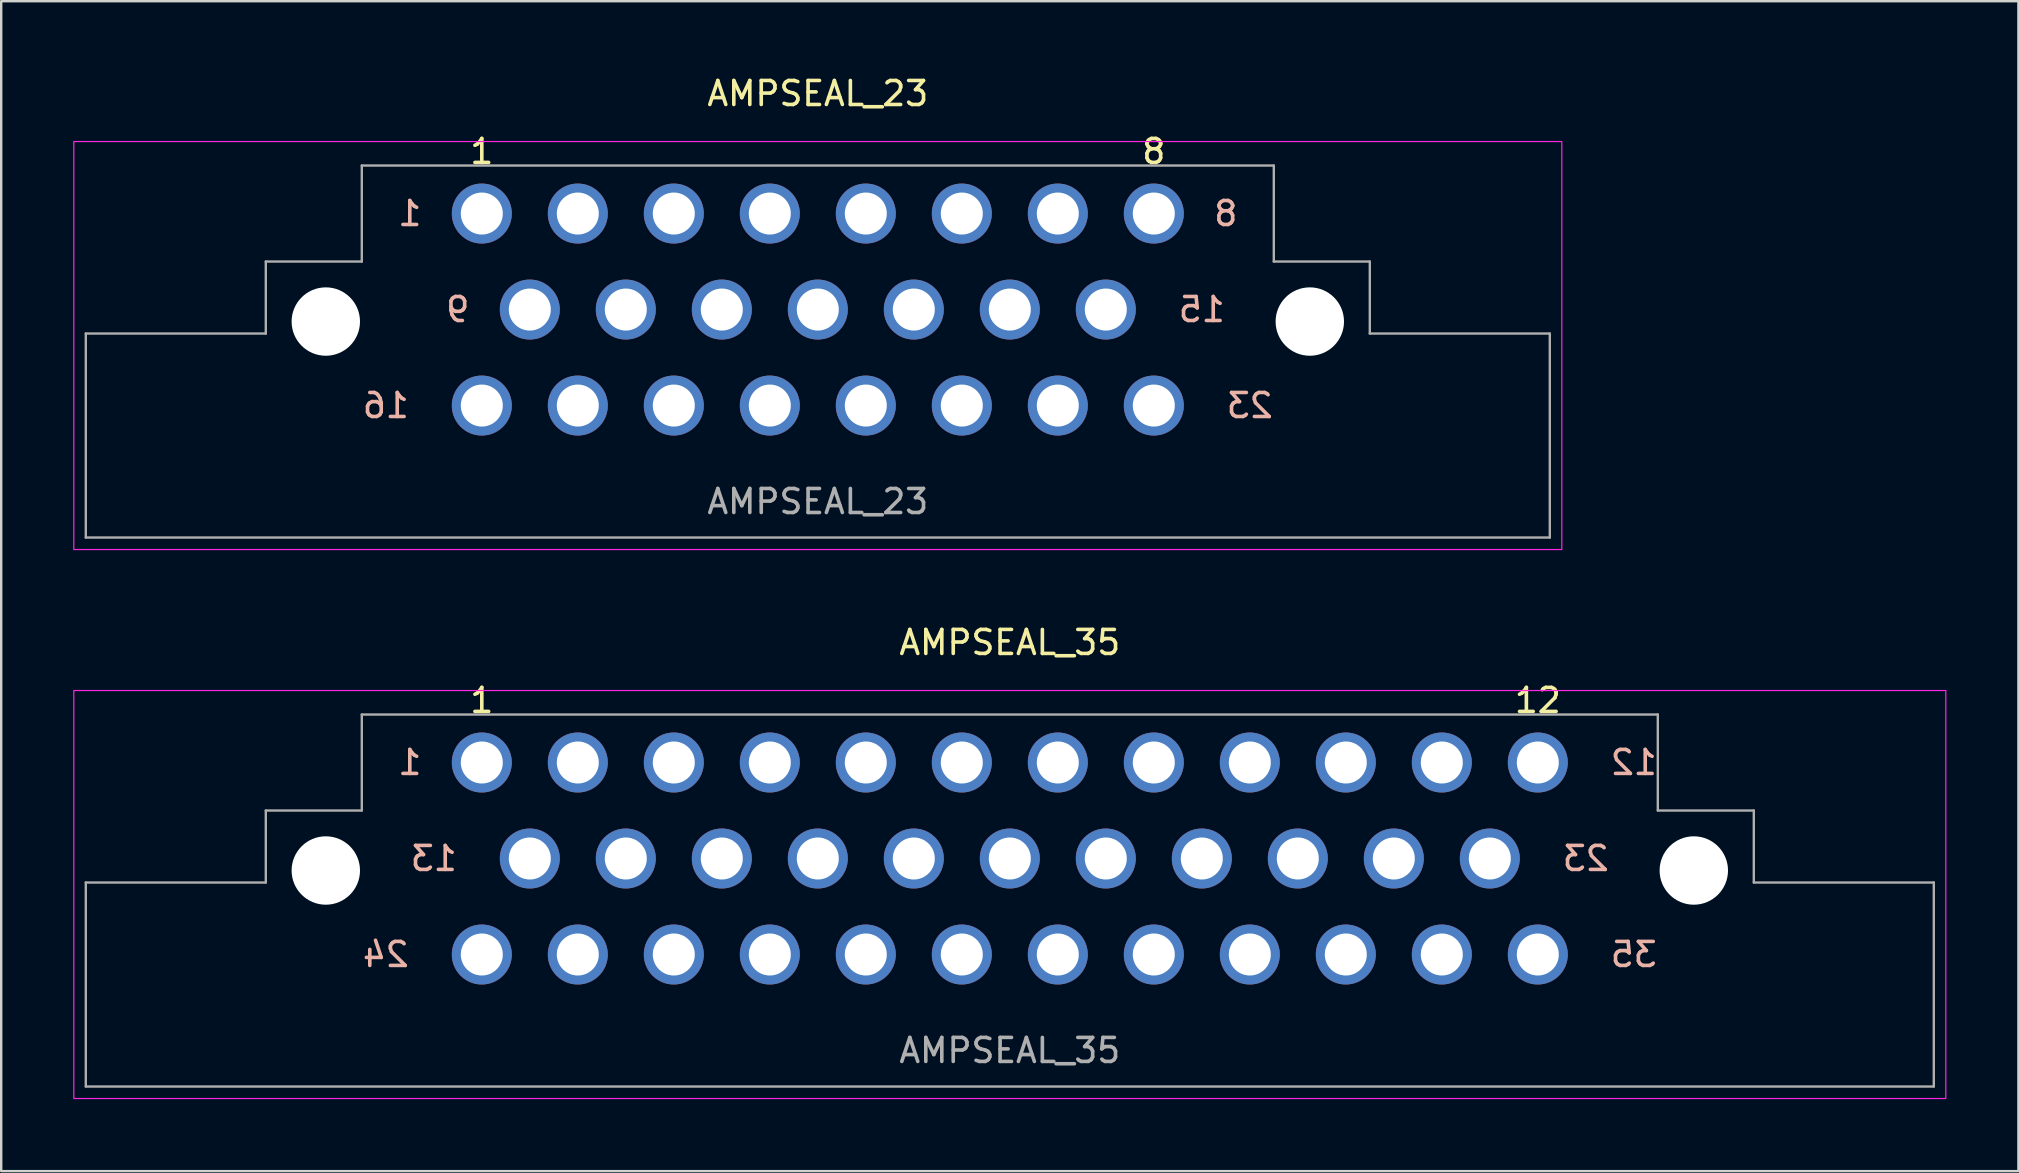
<source format=kicad_pcb>
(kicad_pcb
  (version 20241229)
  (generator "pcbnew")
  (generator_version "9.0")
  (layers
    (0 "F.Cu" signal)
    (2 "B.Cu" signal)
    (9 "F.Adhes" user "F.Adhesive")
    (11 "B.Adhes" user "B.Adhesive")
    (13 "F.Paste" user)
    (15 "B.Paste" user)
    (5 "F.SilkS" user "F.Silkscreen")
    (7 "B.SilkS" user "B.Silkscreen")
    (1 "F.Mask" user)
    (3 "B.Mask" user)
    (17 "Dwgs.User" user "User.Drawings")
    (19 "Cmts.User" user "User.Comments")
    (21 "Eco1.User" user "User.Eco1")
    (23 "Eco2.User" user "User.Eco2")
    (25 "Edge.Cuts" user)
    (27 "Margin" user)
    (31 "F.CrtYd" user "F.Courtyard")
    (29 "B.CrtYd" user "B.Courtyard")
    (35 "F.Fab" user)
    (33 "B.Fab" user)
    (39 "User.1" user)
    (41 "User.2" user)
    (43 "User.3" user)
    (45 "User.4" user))
  (footprint "AMPSEAL_23"
    (layer "F.Cu")
    (at 31.025 9.848)
    (property "Reference" "AMPSEAL_23" (at 0 -9 0) (unlocked yes) (layer "F.SilkS") (effects (font (size 1 1) (thickness 0.15))))
    (attr through_hole)
    (fp_rect (start -31 10) (end 31 -7) (stroke (width 0.05) (type default)) (fill no) (layer "F.CrtYd"))
    (fp_line (start -30.5 9.5) (end -30.5 1) (stroke (width 0.1) (type default)) (layer "F.Fab"))
    (fp_line (start -23 -2) (end -19 -2) (stroke (width 0.1) (type default)) (layer "F.Fab"))
    (fp_line (start -23 1) (end -30.5 1) (stroke (width 0.1) (type default)) (layer "F.Fab"))
    (fp_line (start -23 1) (end -23 -2) (stroke (width 0.1) (type default)) (layer "F.Fab"))
    (fp_line (start -19 -2) (end -19 -6) (stroke (width 0.1) (type default)) (layer "F.Fab"))
    (fp_line (start 19 -6) (end -19 -6) (stroke (width 0.1) (type default)) (layer "F.Fab"))
    (fp_line (start 19 -6) (end 19 -2) (stroke (width 0.1) (type default)) (layer "F.Fab"))
    (fp_line (start 19 -2) (end 23 -2) (stroke (width 0.1) (type default)) (layer "F.Fab"))
    (fp_line (start 23 -2) (end 23 1) (stroke (width 0.1) (type default)) (layer "F.Fab"))
    (fp_line (start 23 1) (end 30.5 1) (stroke (width 0.1) (type default)) (layer "F.Fab"))
    (fp_line (start 30.5 1) (end 30.5 9.5) (stroke (width 0.1) (type default)) (layer "F.Fab"))
    (fp_line (start 30.5 9.5) (end -30.5 9.5) (stroke (width 0.1) (type default)) (layer "F.Fab"))
    (fp_text user "8" (at 14 -6 0) (unlocked yes) (layer "F.SilkS") (effects (font (size 1 1) (thickness 0.15)) (justify bottom)))
    (fp_text user "1" (at -14 -6 0) (unlocked yes) (layer "F.SilkS") (effects (font (size 1 1) (thickness 0.15)) (justify bottom)))
    (fp_text user "8" (at 17 -4 0) (unlocked yes) (layer "B.SilkS") (effects (font (size 1 1) (thickness 0.15)) (justify mirror)))
    (fp_text user "23" (at 18 4 0) (unlocked yes) (layer "B.SilkS") (effects (font (size 1 1) (thickness 0.15)) (justify mirror)))
    (fp_text user "15" (at 16 0 0) (unlocked yes) (layer "B.SilkS") (effects (font (size 1 1) (thickness 0.15)) (justify mirror)))
    (fp_text user "16" (at -18 4 0) (unlocked yes) (layer "B.SilkS") (effects (font (size 1 1) (thickness 0.15)) (justify mirror)))
    (fp_text user "1" (at -17 -4 0) (unlocked yes) (layer "B.SilkS") (effects (font (size 1 1) (thickness 0.15)) (justify mirror)))
    (fp_text user "9" (at -15 0 0) (unlocked yes) (layer "B.SilkS") (effects (font (size 1 1) (thickness 0.15)) (justify mirror)))
    (fp_text user "${REFERENCE}" (at 0 8 0) (unlocked yes) (layer "F.Fab") (effects (font (size 1 1) (thickness 0.15))))
    (pad "" np_thru_hole circle (at -20.5 0.5) (size 2.85 2.85) (drill 2.85) (layers "*.Cu" "*.Mask"))
    (pad "" np_thru_hole circle (at 20.5 0.5) (size 2.85 2.85) (drill 2.85) (layers "*.Cu" "*.Mask"))
    (pad "1" thru_hole circle (at -14 -4) (size 2.5 2.5) (drill 1.75) (layers "*.Cu" "*.Mask"))
    (pad "2" thru_hole circle (at -10 -4) (size 2.5 2.5) (drill 1.75) (layers "*.Cu" "*.Mask"))
    (pad "3" thru_hole circle (at -6 -4) (size 2.5 2.5) (drill 1.75) (layers "*.Cu" "*.Mask"))
    (pad "4" thru_hole circle (at -2 -4) (size 2.5 2.5) (drill 1.75) (layers "*.Cu" "*.Mask"))
    (pad "5" thru_hole circle (at 2 -4) (size 2.5 2.5) (drill 1.75) (layers "*.Cu" "*.Mask"))
    (pad "6" thru_hole circle (at 6 -4) (size 2.5 2.5) (drill 1.75) (layers "*.Cu" "*.Mask"))
    (pad "7" thru_hole circle (at 10 -4) (size 2.5 2.5) (drill 1.75) (layers "*.Cu" "*.Mask"))
    (pad "8" thru_hole circle (at 14 -4) (size 2.5 2.5) (drill 1.75) (layers "*.Cu" "*.Mask"))
    (pad "9" thru_hole circle (at -12 0) (size 2.5 2.5) (drill 1.75) (layers "*.Cu" "*.Mask"))
    (pad "10" thru_hole circle (at -8 0) (size 2.5 2.5) (drill 1.75) (layers "*.Cu" "*.Mask"))
    (pad "11" thru_hole circle (at -4 0) (size 2.5 2.5) (drill 1.75) (layers "*.Cu" "*.Mask"))
    (pad "12" thru_hole circle (at 0 0) (size 2.5 2.5) (drill 1.75) (layers "*.Cu" "*.Mask"))
    (pad "13" thru_hole circle (at 4 0) (size 2.5 2.5) (drill 1.75) (layers "*.Cu" "*.Mask"))
    (pad "14" thru_hole circle (at 8 0) (size 2.5 2.5) (drill 1.75) (layers "*.Cu" "*.Mask"))
    (pad "15" thru_hole circle (at 12 0) (size 2.5 2.5) (drill 1.75) (layers "*.Cu" "*.Mask"))
    (pad "16" thru_hole circle (at -14 4) (size 2.5 2.5) (drill 1.75) (layers "*.Cu" "*.Mask"))
    (pad "17" thru_hole circle (at -10 4) (size 2.5 2.5) (drill 1.75) (layers "*.Cu" "*.Mask"))
    (pad "18" thru_hole circle (at -6 4) (size 2.5 2.5) (drill 1.75) (layers "*.Cu" "*.Mask"))
    (pad "19" thru_hole circle (at -2 4) (size 2.5 2.5) (drill 1.75) (layers "*.Cu" "*.Mask"))
    (pad "20" thru_hole circle (at 2 4) (size 2.5 2.5) (drill 1.75) (layers "*.Cu" "*.Mask"))
    (pad "21" thru_hole circle (at 6 4) (size 2.5 2.5) (drill 1.75) (layers "*.Cu" "*.Mask"))
    (pad "22" thru_hole circle (at 10 4) (size 2.5 2.5) (drill 1.75) (layers "*.Cu" "*.Mask"))
    (pad "23" thru_hole circle (at 14 4) (size 2.5 2.5) (drill 1.75) (layers "*.Cu" "*.Mask")))
  (footprint "AMPSEAL_35"
    (layer "F.Cu")
    (at 39.025 32.721)
    (property "Reference" "AMPSEAL_35" (at 0 -9 0) (unlocked yes) (layer "F.SilkS") (effects (font (size 1 1) (thickness 0.15))))
    (attr through_hole)
    (fp_rect (start -39 10) (end 39 -7) (stroke (width 0.05) (type default)) (fill no) (layer "F.CrtYd"))
    (fp_line (start -38.5 9.5) (end -38.5 1) (stroke (width 0.1) (type default)) (layer "F.Fab"))
    (fp_line (start -31 -2) (end -27 -2) (stroke (width 0.1) (type default)) (layer "F.Fab"))
    (fp_line (start -31 1) (end -38.5 1) (stroke (width 0.1) (type default)) (layer "F.Fab"))
    (fp_line (start -31 1) (end -31 -2) (stroke (width 0.1) (type default)) (layer "F.Fab"))
    (fp_line (start -27 -2) (end -27 -6) (stroke (width 0.1) (type default)) (layer "F.Fab"))
    (fp_line (start 27 -6) (end -27 -6) (stroke (width 0.1) (type default)) (layer "F.Fab"))
    (fp_line (start 27 -6) (end 27 -2) (stroke (width 0.1) (type default)) (layer "F.Fab"))
    (fp_line (start 27 -2) (end 31 -2) (stroke (width 0.1) (type default)) (layer "F.Fab"))
    (fp_line (start 31 -2) (end 31 1) (stroke (width 0.1) (type default)) (layer "F.Fab"))
    (fp_line (start 31 1) (end 38.5 1) (stroke (width 0.1) (type default)) (layer "F.Fab"))
    (fp_line (start 38.5 1) (end 38.5 9.5) (stroke (width 0.1) (type default)) (layer "F.Fab"))
    (fp_line (start 38.5 9.5) (end -38.5 9.5) (stroke (width 0.1) (type default)) (layer "F.Fab"))
    (fp_text user "12" (at 22 -6 0) (unlocked yes) (layer "F.SilkS") (effects (font (size 1 1) (thickness 0.15)) (justify bottom)))
    (fp_text user "1" (at -22 -6 0) (unlocked yes) (layer "F.SilkS") (effects (font (size 1 1) (thickness 0.15)) (justify bottom)))
    (fp_text user "12" (at 26 -4 0) (unlocked yes) (layer "B.SilkS") (effects (font (size 1 1) (thickness 0.15)) (justify mirror)))
    (fp_text user "1" (at -25 -4 0) (unlocked yes) (layer "B.SilkS") (effects (font (size 1 1) (thickness 0.15)) (justify mirror)))
    (fp_text user "24" (at -26 4 0) (unlocked yes) (layer "B.SilkS") (effects (font (size 1 1) (thickness 0.15)) (justify mirror)))
    (fp_text user "23" (at 24 0 0) (unlocked yes) (layer "B.SilkS") (effects (font (size 1 1) (thickness 0.15)) (justify mirror)))
    (fp_text user "35" (at 26 4 0) (unlocked yes) (layer "B.SilkS") (effects (font (size 1 1) (thickness 0.15)) (justify mirror)))
    (fp_text user "13" (at -24 0 0) (unlocked yes) (layer "B.SilkS") (effects (font (size 1 1) (thickness 0.15)) (justify mirror)))
    (fp_text user "${REFERENCE}" (at 0 8 0) (unlocked yes) (layer "F.Fab") (effects (font (size 1 1) (thickness 0.15))))
    (pad "" np_thru_hole circle (at -28.5 0.5) (size 2.85 2.85) (drill 2.85) (layers "*.Cu" "*.Mask"))
    (pad "" np_thru_hole circle (at 28.5 0.5) (size 2.85 2.85) (drill 2.85) (layers "*.Cu" "*.Mask"))
    (pad "1" thru_hole circle (at -22 -4) (size 2.5 2.5) (drill 1.75) (layers "*.Cu" "*.Mask"))
    (pad "2" thru_hole circle (at -18 -4) (size 2.5 2.5) (drill 1.75) (layers "*.Cu" "*.Mask"))
    (pad "3" thru_hole circle (at -14 -4) (size 2.5 2.5) (drill 1.75) (layers "*.Cu" "*.Mask"))
    (pad "4" thru_hole circle (at -10 -4) (size 2.5 2.5) (drill 1.75) (layers "*.Cu" "*.Mask"))
    (pad "5" thru_hole circle (at -6 -4) (size 2.5 2.5) (drill 1.75) (layers "*.Cu" "*.Mask"))
    (pad "6" thru_hole circle (at -2 -4) (size 2.5 2.5) (drill 1.75) (layers "*.Cu" "*.Mask"))
    (pad "7" thru_hole circle (at 2 -4) (size 2.5 2.5) (drill 1.75) (layers "*.Cu" "*.Mask"))
    (pad "8" thru_hole circle (at 6 -4) (size 2.5 2.5) (drill 1.75) (layers "*.Cu" "*.Mask"))
    (pad "9" thru_hole circle (at 10 -4) (size 2.5 2.5) (drill 1.75) (layers "*.Cu" "*.Mask"))
    (pad "10" thru_hole circle (at 14 -4) (size 2.5 2.5) (drill 1.75) (layers "*.Cu" "*.Mask"))
    (pad "11" thru_hole circle (at 18 -4) (size 2.5 2.5) (drill 1.75) (layers "*.Cu" "*.Mask"))
    (pad "12" thru_hole circle (at 22 -4) (size 2.5 2.5) (drill 1.75) (layers "*.Cu" "*.Mask"))
    (pad "13" thru_hole circle (at -20 0) (size 2.5 2.5) (drill 1.75) (layers "*.Cu" "*.Mask"))
    (pad "14" thru_hole circle (at -16 0) (size 2.5 2.5) (drill 1.75) (layers "*.Cu" "*.Mask"))
    (pad "15" thru_hole circle (at -12 0) (size 2.5 2.5) (drill 1.75) (layers "*.Cu" "*.Mask"))
    (pad "16" thru_hole circle (at -8 0) (size 2.5 2.5) (drill 1.75) (layers "*.Cu" "*.Mask"))
    (pad "17" thru_hole circle (at -4 0) (size 2.5 2.5) (drill 1.75) (layers "*.Cu" "*.Mask"))
    (pad "18" thru_hole circle (at 0 0) (size 2.5 2.5) (drill 1.75) (layers "*.Cu" "*.Mask"))
    (pad "19" thru_hole circle (at 4 0) (size 2.5 2.5) (drill 1.75) (layers "*.Cu" "*.Mask"))
    (pad "20" thru_hole circle (at 8 0) (size 2.5 2.5) (drill 1.75) (layers "*.Cu" "*.Mask"))
    (pad "21" thru_hole circle (at 12 0) (size 2.5 2.5) (drill 1.75) (layers "*.Cu" "*.Mask"))
    (pad "22" thru_hole circle (at 16 0) (size 2.5 2.5) (drill 1.75) (layers "*.Cu" "*.Mask"))
    (pad "23" thru_hole circle (at 20 0) (size 2.5 2.5) (drill 1.75) (layers "*.Cu" "*.Mask"))
    (pad "24" thru_hole circle (at -22 4) (size 2.5 2.5) (drill 1.75) (layers "*.Cu" "*.Mask"))
    (pad "25" thru_hole circle (at -18 4) (size 2.5 2.5) (drill 1.75) (layers "*.Cu" "*.Mask"))
    (pad "26" thru_hole circle (at -14 4) (size 2.5 2.5) (drill 1.75) (layers "*.Cu" "*.Mask"))
    (pad "27" thru_hole circle (at -10 4) (size 2.5 2.5) (drill 1.75) (layers "*.Cu" "*.Mask"))
    (pad "28" thru_hole circle (at -6 4) (size 2.5 2.5) (drill 1.75) (layers "*.Cu" "*.Mask"))
    (pad "29" thru_hole circle (at -2 4) (size 2.5 2.5) (drill 1.75) (layers "*.Cu" "*.Mask"))
    (pad "30" thru_hole circle (at 2 4) (size 2.5 2.5) (drill 1.75) (layers "*.Cu" "*.Mask"))
    (pad "31" thru_hole circle (at 6 4) (size 2.5 2.5) (drill 1.75) (layers "*.Cu" "*.Mask"))
    (pad "32" thru_hole circle (at 10 4) (size 2.5 2.5) (drill 1.75) (layers "*.Cu" "*.Mask"))
    (pad "33" thru_hole circle (at 14 4) (size 2.5 2.5) (drill 1.75) (layers "*.Cu" "*.Mask"))
    (pad "34" thru_hole circle (at 18 4) (size 2.5 2.5) (drill 1.75) (layers "*.Cu" "*.Mask"))
    (pad "35" thru_hole circle (at 22 4) (size 2.5 2.5) (drill 1.75) (layers "*.Cu" "*.Mask")))
  (gr_rect
    (start -3 -3)
    (end 81.05 45.746)
    (stroke (width 0.1) (type default))
    (fill no)
    (layer "Edge.Cuts")))
</source>
